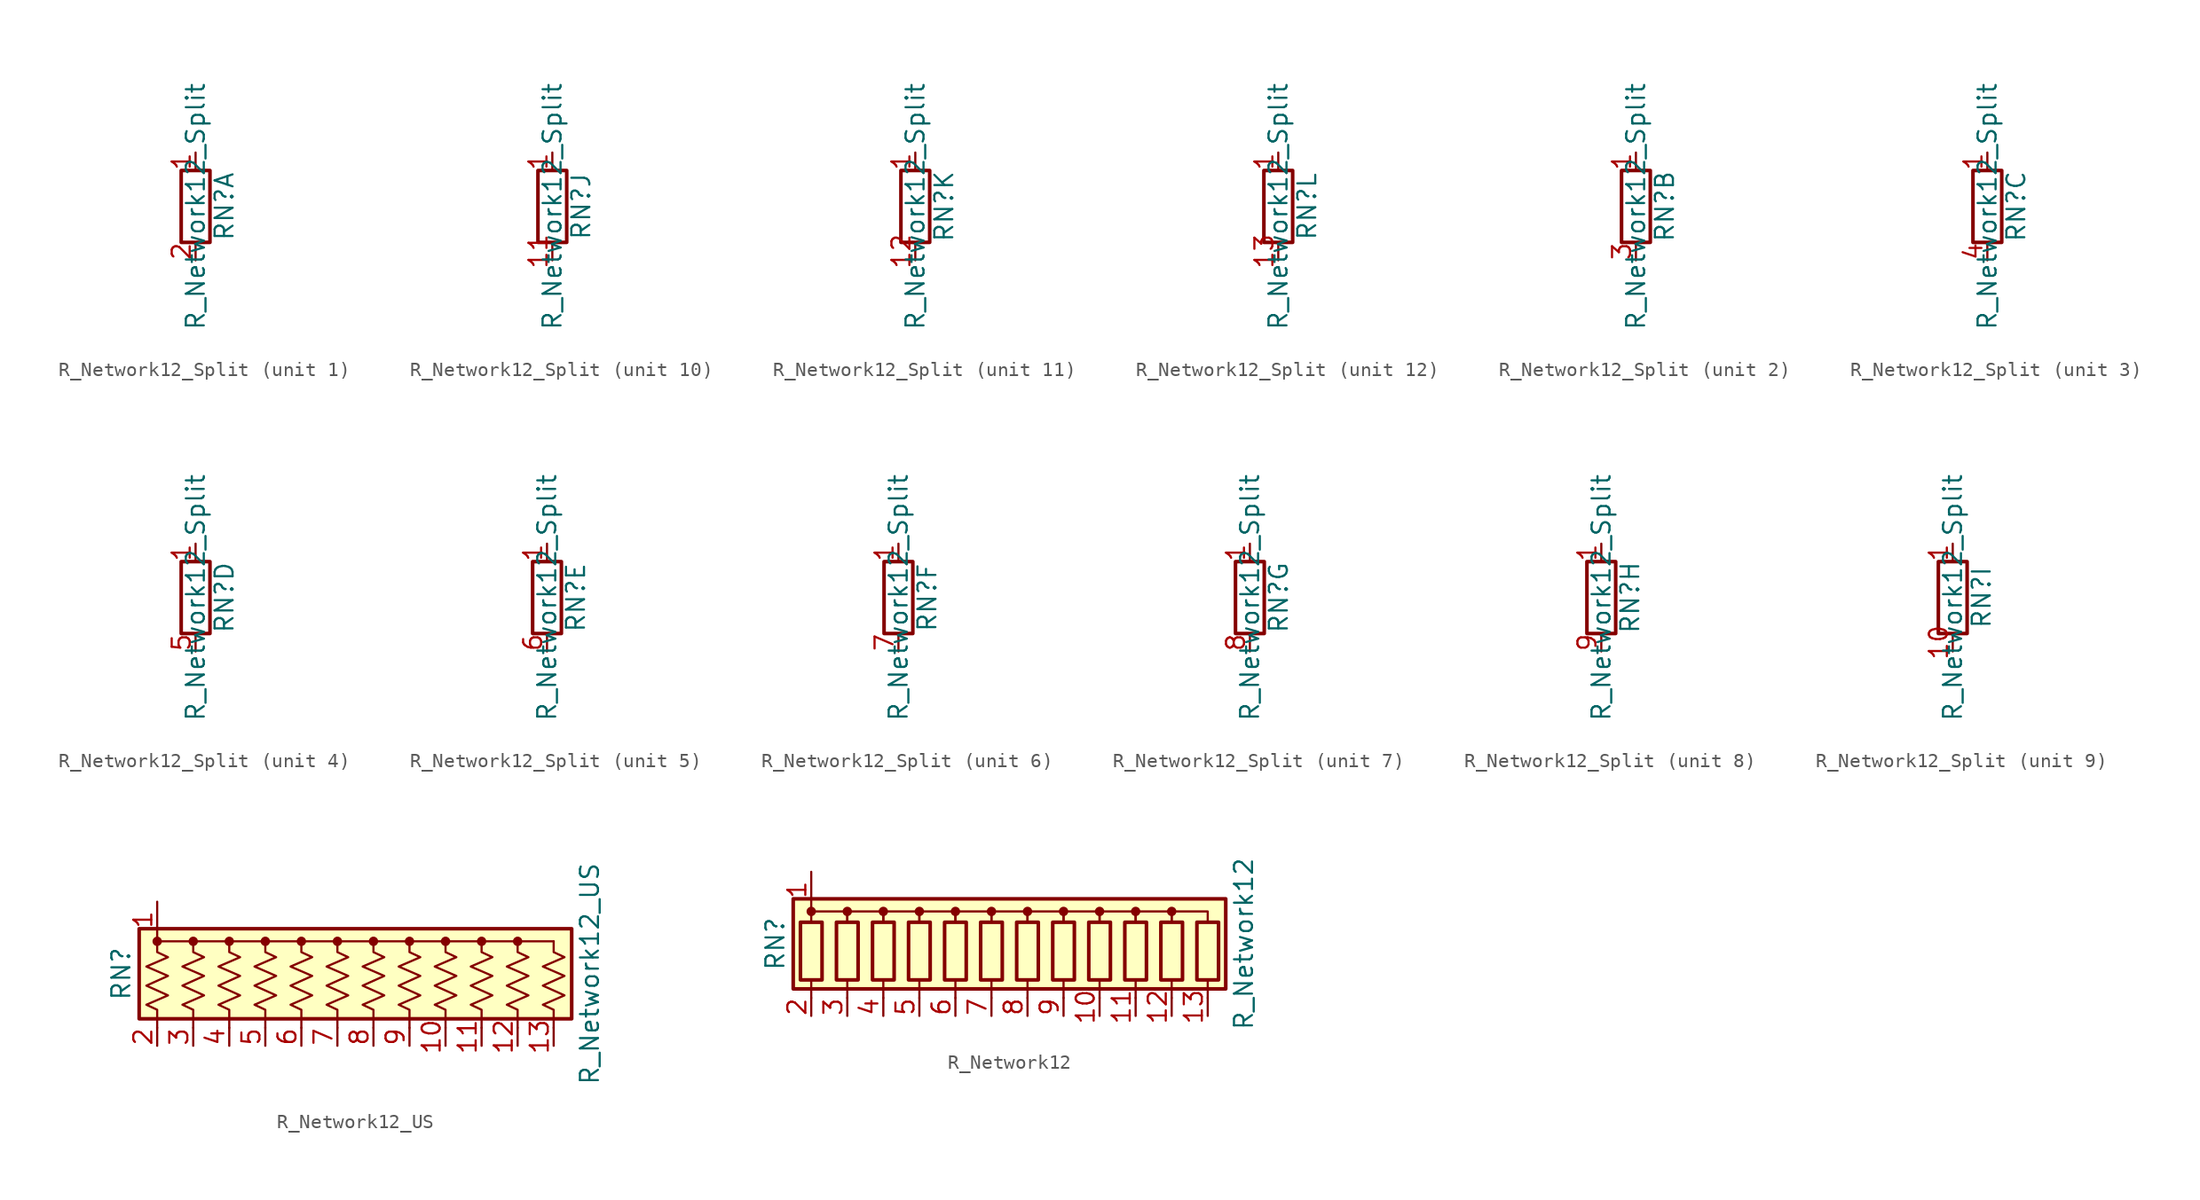
<source format=kicad_sym>
(kicad_symbol_lib
  (version 20241209)
  (generator "kicad_symbol_editor")
  (generator_version "9.0")
  (symbol "R_Network12_Split"
    (pin_names
      (offset 0)
      (hide yes))
    (property "Reference" "RN"
      (at 2.032 0 90)
      (effects (font (size 1.27 1.27))))
    (property "Value" "R_Network12_Split"
      (at 0 0 90)
      (effects (font (size 1.27 1.27))))
    (symbol "R_Network12_Split_0_1"
      (rectangle (start 1.016 2.54) (end -1.016 -2.54) (stroke (width 0.254) (type default)) (fill (type none)))
      (pin passive line (at 0 3.81 270) (length 1.27) (name "R1" (effects (font (size 1.27 1.27)))) (number "1" (effects (font (size 1.27 1.27))))))
    (symbol "R_Network12_Split_1_1"
      (pin passive line (at 0 -3.81 90) (length 1.27) (name "R1.2" (effects (font (size 1.27 1.27)))) (number "2" (effects (font (size 1.27 1.27))))))
    (symbol "R_Network12_Split_2_1"
      (pin passive line (at 0 -3.81 90) (length 1.27) (name "R2.2" (effects (font (size 1.27 1.27)))) (number "3" (effects (font (size 1.27 1.27))))))
    (symbol "R_Network12_Split_3_1"
      (pin passive line (at 0 -3.81 90) (length 1.27) (name "R3.2" (effects (font (size 1.27 1.27)))) (number "4" (effects (font (size 1.27 1.27))))))
    (symbol "R_Network12_Split_4_1"
      (pin passive line (at 0 -3.81 90) (length 1.27) (name "R4.2" (effects (font (size 1.27 1.27)))) (number "5" (effects (font (size 1.27 1.27))))))
    (symbol "R_Network12_Split_5_1"
      (pin passive line (at 0 -3.81 90) (length 1.27) (name "R5.2" (effects (font (size 1.27 1.27)))) (number "6" (effects (font (size 1.27 1.27))))))
    (symbol "R_Network12_Split_6_1"
      (pin passive line (at 0 -3.81 90) (length 1.27) (name "R6.2" (effects (font (size 1.27 1.27)))) (number "7" (effects (font (size 1.27 1.27))))))
    (symbol "R_Network12_Split_7_1"
      (pin passive line (at 0 -3.81 90) (length 1.27) (name "R7.2" (effects (font (size 1.27 1.27)))) (number "8" (effects (font (size 1.27 1.27))))))
    (symbol "R_Network12_Split_8_1"
      (pin passive line (at 0 -3.81 90) (length 1.27) (name "R8.2" (effects (font (size 1.27 1.27)))) (number "9" (effects (font (size 1.27 1.27))))))
    (symbol "R_Network12_Split_9_1"
      (pin passive line (at 0 -3.81 90) (length 1.27) (name "R9.2" (effects (font (size 1.27 1.27)))) (number "10" (effects (font (size 1.27 1.27))))))
    (symbol "R_Network12_Split_10_1"
      (pin passive line (at 0 -3.81 90) (length 1.27) (name "R10.2" (effects (font (size 1.27 1.27)))) (number "11" (effects (font (size 1.27 1.27))))))
    (symbol "R_Network12_Split_11_1"
      (pin passive line (at 0 -3.81 90) (length 1.27) (name "R11.2" (effects (font (size 1.27 1.27)))) (number "12" (effects (font (size 1.27 1.27))))))
    (symbol "R_Network12_Split_12_1"
      (pin passive line (at 0 -3.81 90) (length 1.27) (name "R12.2" (effects (font (size 1.27 1.27)))) (number "13" (effects (font (size 1.27 1.27)))))))
  (symbol "R_Network12_US"
    (pin_names
      (offset 0)
      (hide yes))
    (property "Reference" "RN"
      (at -17.78 0 90)
      (effects (font (size 1.27 1.27))))
    (property "Value" "R_Network12_US"
      (at 15.24 0 90)
      (effects (font (size 1.27 1.27))))
    (symbol "R_Network12_US_0_1"
      (rectangle (start -16.51 -3.175) (end 13.97 3.175) (stroke (width 0.254) (type default)) (fill (type background)))
      (circle (center -15.24 2.286) (radius 0.254) (stroke (width 0) (type default)) (fill (type outline)))
      (polyline (pts (xy -15.24 2.286) (xy 12.7 2.286)) (stroke (width 0) (type default)) (fill (type none)))
      (polyline (pts (xy -15.24 2.286) (xy -15.24 1.524) (xy -14.478 1.168) (xy -16.002 0.508) (xy -14.478 -0.152) (xy -16.002 -0.838) (xy -14.478 -1.524) (xy -16.002 -2.184) (xy -15.24 -2.54) (xy -15.24 -3.81)) (stroke (width 0) (type default)) (fill (type none)))
      (circle (center -12.7 2.286) (radius 0.254) (stroke (width 0) (type default)) (fill (type outline)))
      (polyline (pts (xy -12.7 2.286) (xy -12.7 1.524) (xy -11.938 1.168) (xy -13.462 0.508) (xy -11.938 -0.152) (xy -13.462 -0.838) (xy -11.938 -1.524) (xy -13.462 -2.184) (xy -12.7 -2.54) (xy -12.7 -3.81)) (stroke (width 0) (type default)) (fill (type none)))
      (circle (center -10.16 2.286) (radius 0.254) (stroke (width 0) (type default)) (fill (type outline)))
      (polyline (pts (xy -10.16 2.286) (xy -10.16 1.524) (xy -9.398 1.168) (xy -10.922 0.508) (xy -9.398 -0.152) (xy -10.922 -0.838) (xy -9.398 -1.524) (xy -10.922 -2.184) (xy -10.16 -2.54) (xy -10.16 -3.81)) (stroke (width 0) (type default)) (fill (type none)))
      (circle (center -7.62 2.286) (radius 0.254) (stroke (width 0) (type default)) (fill (type outline)))
      (polyline (pts (xy -7.62 2.286) (xy -7.62 1.524) (xy -6.858 1.168) (xy -8.382 0.508) (xy -6.858 -0.152) (xy -8.382 -0.838) (xy -6.858 -1.524) (xy -8.382 -2.184) (xy -7.62 -2.54) (xy -7.62 -3.81)) (stroke (width 0) (type default)) (fill (type none)))
      (circle (center -5.08 2.286) (radius 0.254) (stroke (width 0) (type default)) (fill (type outline)))
      (polyline (pts (xy -5.08 2.286) (xy -5.08 1.524) (xy -4.318 1.168) (xy -5.842 0.508) (xy -4.318 -0.152) (xy -5.842 -0.838) (xy -4.318 -1.524) (xy -5.842 -2.184) (xy -5.08 -2.54) (xy -5.08 -3.81)) (stroke (width 0) (type default)) (fill (type none)))
      (circle (center -2.54 2.286) (radius 0.254) (stroke (width 0) (type default)) (fill (type outline)))
      (polyline (pts (xy -2.54 2.286) (xy -2.54 1.524) (xy -1.778 1.168) (xy -3.302 0.508) (xy -1.778 -0.152) (xy -3.302 -0.838) (xy -1.778 -1.524) (xy -3.302 -2.184) (xy -2.54 -2.54) (xy -2.54 -3.81)) (stroke (width 0) (type default)) (fill (type none)))
      (circle (center 0 2.286) (radius 0.254) (stroke (width 0) (type default)) (fill (type outline)))
      (polyline (pts (xy 0 2.286) (xy 0 1.524) (xy 0.762 1.168) (xy -0.762 0.508) (xy 0.762 -0.152) (xy -0.762 -0.838) (xy 0.762 -1.524) (xy -0.762 -2.184) (xy 0 -2.54) (xy 0 -3.81)) (stroke (width 0) (type default)) (fill (type none)))
      (polyline (pts (xy 2.54 2.286) (xy 2.54 1.524) (xy 3.302 1.168) (xy 1.778 0.508) (xy 3.302 -0.152) (xy 1.778 -0.838) (xy 3.302 -1.524) (xy 1.778 -2.184) (xy 2.54 -2.54) (xy 2.54 -3.81)) (stroke (width 0) (type default)) (fill (type none)))
      (circle (center 2.54 2.286) (radius 0.254) (stroke (width 0) (type default)) (fill (type outline)))
      (polyline (pts (xy 5.08 2.286) (xy 5.08 1.524) (xy 5.842 1.168) (xy 4.318 0.508) (xy 5.842 -0.152) (xy 4.318 -0.838) (xy 5.842 -1.524) (xy 4.318 -2.184) (xy 5.08 -2.54) (xy 5.08 -3.81)) (stroke (width 0) (type default)) (fill (type none)))
      (circle (center 5.08 2.286) (radius 0.254) (stroke (width 0) (type default)) (fill (type outline)))
      (polyline (pts (xy 7.62 2.286) (xy 7.62 1.524) (xy 8.382 1.168) (xy 6.858 0.508) (xy 8.382 -0.152) (xy 6.858 -0.838) (xy 8.382 -1.524) (xy 6.858 -2.184) (xy 7.62 -2.54) (xy 7.62 -3.81)) (stroke (width 0) (type default)) (fill (type none)))
      (circle (center 7.62 2.286) (radius 0.254) (stroke (width 0) (type default)) (fill (type outline)))
      (polyline (pts (xy 10.16 2.286) (xy 10.16 1.524) (xy 10.922 1.168) (xy 9.398 0.508) (xy 10.922 -0.152) (xy 9.398 -0.838) (xy 10.922 -1.524) (xy 9.398 -2.184) (xy 10.16 -2.54) (xy 10.16 -3.81)) (stroke (width 0) (type default)) (fill (type none)))
      (circle (center 10.16 2.286) (radius 0.254) (stroke (width 0) (type default)) (fill (type outline)))
      (polyline (pts (xy 12.7 2.286) (xy 12.7 1.524) (xy 13.462 1.168) (xy 11.938 0.508) (xy 13.462 -0.152) (xy 11.938 -0.838) (xy 13.462 -1.524) (xy 11.938 -2.184) (xy 12.7 -2.54) (xy 12.7 -3.81)) (stroke (width 0) (type default)) (fill (type none))))
    (symbol "R_Network12_US_1_1"
      (pin passive line (at -15.24 5.08 270) (length 2.54) (name "common" (effects (font (size 1.27 1.27)))) (number "1" (effects (font (size 1.27 1.27)))))
      (pin passive line (at -15.24 -5.08 90) (length 1.27) (name "R1" (effects (font (size 1.27 1.27)))) (number "2" (effects (font (size 1.27 1.27)))))
      (pin passive line (at -12.7 -5.08 90) (length 1.27) (name "R2" (effects (font (size 1.27 1.27)))) (number "3" (effects (font (size 1.27 1.27)))))
      (pin passive line (at -10.16 -5.08 90) (length 1.27) (name "R3" (effects (font (size 1.27 1.27)))) (number "4" (effects (font (size 1.27 1.27)))))
      (pin passive line (at -7.62 -5.08 90) (length 1.27) (name "R4" (effects (font (size 1.27 1.27)))) (number "5" (effects (font (size 1.27 1.27)))))
      (pin passive line (at -5.08 -5.08 90) (length 1.27) (name "R5" (effects (font (size 1.27 1.27)))) (number "6" (effects (font (size 1.27 1.27)))))
      (pin passive line (at -2.54 -5.08 90) (length 1.27) (name "R6" (effects (font (size 1.27 1.27)))) (number "7" (effects (font (size 1.27 1.27)))))
      (pin passive line (at 0 -5.08 90) (length 1.27) (name "R7" (effects (font (size 1.27 1.27)))) (number "8" (effects (font (size 1.27 1.27)))))
      (pin passive line (at 2.54 -5.08 90) (length 1.27) (name "R8" (effects (font (size 1.27 1.27)))) (number "9" (effects (font (size 1.27 1.27)))))
      (pin passive line (at 5.08 -5.08 90) (length 1.27) (name "R9" (effects (font (size 1.27 1.27)))) (number "10" (effects (font (size 1.27 1.27)))))
      (pin passive line (at 7.62 -5.08 90) (length 1.27) (name "R10" (effects (font (size 1.27 1.27)))) (number "11" (effects (font (size 1.27 1.27)))))
      (pin passive line (at 10.16 -5.08 90) (length 1.27) (name "R11" (effects (font (size 1.27 1.27)))) (number "12" (effects (font (size 1.27 1.27)))))
      (pin passive line (at 12.7 -5.08 90) (length 1.27) (name "R12" (effects (font (size 1.27 1.27)))) (number "13" (effects (font (size 1.27 1.27)))))))
  (symbol "R_Network12"
    (pin_names
      (offset 0)
      (hide yes))
    (property "Reference" "RN"
      (at -17.78 0 90)
      (effects (font (size 1.27 1.27))))
    (property "Value" "R_Network12"
      (at 15.24 0 90)
      (effects (font (size 1.27 1.27))))
    (symbol "R_Network12_0_1"
      (rectangle (start -16.51 -3.175) (end 13.97 3.175) (stroke (width 0.254) (type default)) (fill (type background)))
      (rectangle (start -16.002 1.524) (end -14.478 -2.54) (stroke (width 0.254) (type default)) (fill (type none)))
      (circle (center -15.24 2.286) (radius 0.254) (stroke (width 0) (type default)) (fill (type outline)))
      (polyline (pts (xy -15.24 1.524) (xy -15.24 2.286) (xy -12.7 2.286) (xy -12.7 1.524)) (stroke (width 0) (type default)) (fill (type none)))
      (polyline (pts (xy -15.24 -2.54) (xy -15.24 -3.81)) (stroke (width 0) (type default)) (fill (type none)))
      (rectangle (start -13.462 1.524) (end -11.938 -2.54) (stroke (width 0.254) (type default)) (fill (type none)))
      (circle (center -12.7 2.286) (radius 0.254) (stroke (width 0) (type default)) (fill (type outline)))
      (polyline (pts (xy -12.7 1.524) (xy -12.7 2.286) (xy -10.16 2.286) (xy -10.16 1.524)) (stroke (width 0) (type default)) (fill (type none)))
      (polyline (pts (xy -12.7 -2.54) (xy -12.7 -3.81)) (stroke (width 0) (type default)) (fill (type none)))
      (rectangle (start -10.922 1.524) (end -9.398 -2.54) (stroke (width 0.254) (type default)) (fill (type none)))
      (circle (center -10.16 2.286) (radius 0.254) (stroke (width 0) (type default)) (fill (type outline)))
      (polyline (pts (xy -10.16 1.524) (xy -10.16 2.286) (xy -7.62 2.286) (xy -7.62 1.524)) (stroke (width 0) (type default)) (fill (type none)))
      (polyline (pts (xy -10.16 -2.54) (xy -10.16 -3.81)) (stroke (width 0) (type default)) (fill (type none)))
      (rectangle (start -8.382 1.524) (end -6.858 -2.54) (stroke (width 0.254) (type default)) (fill (type none)))
      (circle (center -7.62 2.286) (radius 0.254) (stroke (width 0) (type default)) (fill (type outline)))
      (polyline (pts (xy -7.62 1.524) (xy -7.62 2.286) (xy -5.08 2.286) (xy -5.08 1.524)) (stroke (width 0) (type default)) (fill (type none)))
      (polyline (pts (xy -7.62 -2.54) (xy -7.62 -3.81)) (stroke (width 0) (type default)) (fill (type none)))
      (rectangle (start -5.842 1.524) (end -4.318 -2.54) (stroke (width 0.254) (type default)) (fill (type none)))
      (circle (center -5.08 2.286) (radius 0.254) (stroke (width 0) (type default)) (fill (type outline)))
      (polyline (pts (xy -5.08 1.524) (xy -5.08 2.286) (xy -2.54 2.286) (xy -2.54 1.524)) (stroke (width 0) (type default)) (fill (type none)))
      (polyline (pts (xy -5.08 -2.54) (xy -5.08 -3.81)) (stroke (width 0) (type default)) (fill (type none)))
      (rectangle (start -3.302 1.524) (end -1.778 -2.54) (stroke (width 0.254) (type default)) (fill (type none)))
      (circle (center -2.54 2.286) (radius 0.254) (stroke (width 0) (type default)) (fill (type outline)))
      (polyline (pts (xy -2.54 1.524) (xy -2.54 2.286) (xy 0 2.286) (xy 0 1.524)) (stroke (width 0) (type default)) (fill (type none)))
      (polyline (pts (xy -2.54 -2.54) (xy -2.54 -3.81)) (stroke (width 0) (type default)) (fill (type none)))
      (rectangle (start -0.762 1.524) (end 0.762 -2.54) (stroke (width 0.254) (type default)) (fill (type none)))
      (circle (center 0 2.286) (radius 0.254) (stroke (width 0) (type default)) (fill (type outline)))
      (polyline (pts (xy 0 1.524) (xy 0 2.286) (xy 2.54 2.286) (xy 2.54 1.524)) (stroke (width 0) (type default)) (fill (type none)))
      (polyline (pts (xy 0 -2.54) (xy 0 -3.81)) (stroke (width 0) (type default)) (fill (type none)))
      (rectangle (start 1.778 1.524) (end 3.302 -2.54) (stroke (width 0.254) (type default)) (fill (type none)))
      (circle (center 2.54 2.286) (radius 0.254) (stroke (width 0) (type default)) (fill (type outline)))
      (polyline (pts (xy 2.54 1.524) (xy 2.54 2.286) (xy 5.08 2.286) (xy 5.08 1.524)) (stroke (width 0) (type default)) (fill (type none)))
      (polyline (pts (xy 2.54 -2.54) (xy 2.54 -3.81)) (stroke (width 0) (type default)) (fill (type none)))
      (rectangle (start 4.318 1.524) (end 5.842 -2.54) (stroke (width 0.254) (type default)) (fill (type none)))
      (circle (center 5.08 2.286) (radius 0.254) (stroke (width 0) (type default)) (fill (type outline)))
      (polyline (pts (xy 5.08 1.524) (xy 5.08 2.286) (xy 7.62 2.286) (xy 7.62 1.524)) (stroke (width 0) (type default)) (fill (type none)))
      (polyline (pts (xy 5.08 -2.54) (xy 5.08 -3.81)) (stroke (width 0) (type default)) (fill (type none)))
      (rectangle (start 6.858 1.524) (end 8.382 -2.54) (stroke (width 0.254) (type default)) (fill (type none)))
      (circle (center 7.62 2.286) (radius 0.254) (stroke (width 0) (type default)) (fill (type outline)))
      (polyline (pts (xy 7.62 1.524) (xy 7.62 2.286) (xy 10.16 2.286) (xy 10.16 1.524)) (stroke (width 0) (type default)) (fill (type none)))
      (polyline (pts (xy 7.62 -2.54) (xy 7.62 -3.81)) (stroke (width 0) (type default)) (fill (type none)))
      (rectangle (start 9.398 1.524) (end 10.922 -2.54) (stroke (width 0.254) (type default)) (fill (type none)))
      (circle (center 10.16 2.286) (radius 0.254) (stroke (width 0) (type default)) (fill (type outline)))
      (polyline (pts (xy 10.16 1.524) (xy 10.16 2.286) (xy 12.7 2.286) (xy 12.7 1.524)) (stroke (width 0) (type default)) (fill (type none)))
      (polyline (pts (xy 10.16 -2.54) (xy 10.16 -3.81)) (stroke (width 0) (type default)) (fill (type none)))
      (rectangle (start 11.938 1.524) (end 13.462 -2.54) (stroke (width 0.254) (type default)) (fill (type none)))
      (polyline (pts (xy 12.7 -2.54) (xy 12.7 -3.81)) (stroke (width 0) (type default)) (fill (type none))))
    (symbol "R_Network12_1_1"
      (pin passive line (at -15.24 5.08 270) (length 2.54) (name "common" (effects (font (size 1.27 1.27)))) (number "1" (effects (font (size 1.27 1.27)))))
      (pin passive line (at -15.24 -5.08 90) (length 1.27) (name "R1" (effects (font (size 1.27 1.27)))) (number "2" (effects (font (size 1.27 1.27)))))
      (pin passive line (at -12.7 -5.08 90) (length 1.27) (name "R2" (effects (font (size 1.27 1.27)))) (number "3" (effects (font (size 1.27 1.27)))))
      (pin passive line (at -10.16 -5.08 90) (length 1.27) (name "R3" (effects (font (size 1.27 1.27)))) (number "4" (effects (font (size 1.27 1.27)))))
      (pin passive line (at -7.62 -5.08 90) (length 1.27) (name "R4" (effects (font (size 1.27 1.27)))) (number "5" (effects (font (size 1.27 1.27)))))
      (pin passive line (at -5.08 -5.08 90) (length 1.27) (name "R5" (effects (font (size 1.27 1.27)))) (number "6" (effects (font (size 1.27 1.27)))))
      (pin passive line (at -2.54 -5.08 90) (length 1.27) (name "R6" (effects (font (size 1.27 1.27)))) (number "7" (effects (font (size 1.27 1.27)))))
      (pin passive line (at 0 -5.08 90) (length 1.27) (name "R7" (effects (font (size 1.27 1.27)))) (number "8" (effects (font (size 1.27 1.27)))))
      (pin passive line (at 2.54 -5.08 90) (length 1.27) (name "R8" (effects (font (size 1.27 1.27)))) (number "9" (effects (font (size 1.27 1.27)))))
      (pin passive line (at 5.08 -5.08 90) (length 1.27) (name "R9" (effects (font (size 1.27 1.27)))) (number "10" (effects (font (size 1.27 1.27)))))
      (pin passive line (at 7.62 -5.08 90) (length 1.27) (name "R10" (effects (font (size 1.27 1.27)))) (number "11" (effects (font (size 1.27 1.27)))))
      (pin passive line (at 10.16 -5.08 90) (length 1.27) (name "R11" (effects (font (size 1.27 1.27)))) (number "12" (effects (font (size 1.27 1.27)))))
      (pin passive line (at 12.7 -5.08 90) (length 1.27) (name "R12" (effects (font (size 1.27 1.27)))) (number "13" (effects (font (size 1.27 1.27))))))))
</source>
